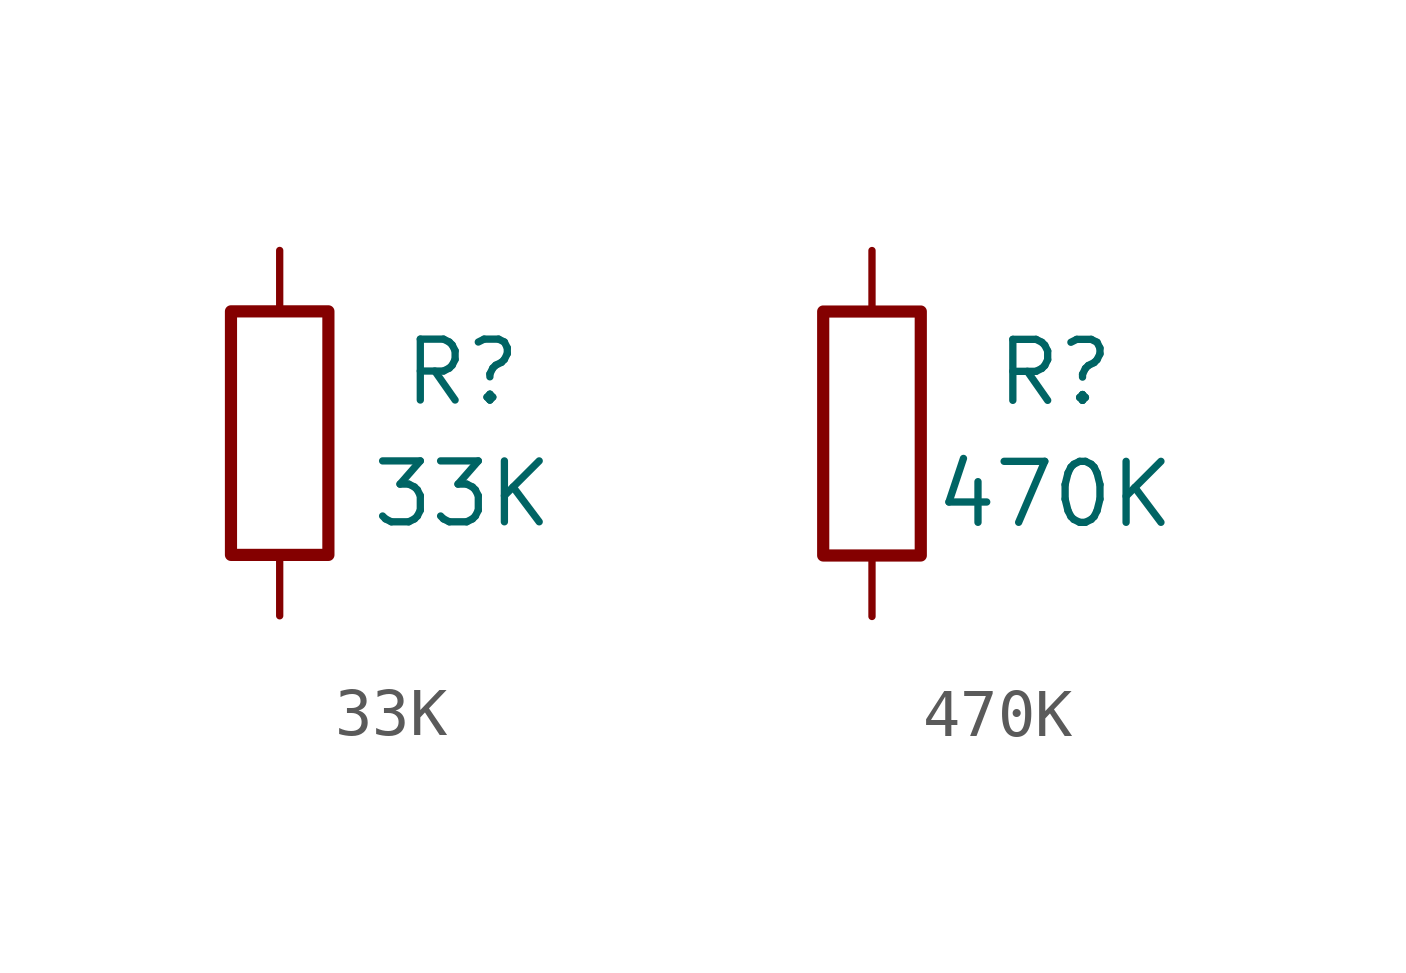
<source format=kicad_sym>
(kicad_symbol_lib
  (version 20220914)
  (generator kicad_symbol_editor)
  (symbol "33K"
    (pin_numbers hide)
    (pin_names
      (offset 0))
    (property "Reference" "R"
      (at 3.81 1.27 0)
      (effects (font (size 1.27 1.27))))
    (property "Value" "33K"
      (at 3.81 -1.27 0)
      (effects (font (size 1.27 1.27))))
    (symbol "33K_0_1"
      (rectangle (start -1.016 -2.54) (end 1.016 2.54) (stroke (width 0.254) (type solid)) (fill (type none))))
    (symbol "33K_1_1"
      (pin passive line (at 0 3.81 270) (length 1.27) (name "~" (effects (font (size 1.27 1.27)))) (number "1" (effects (font (size 1.27 1.27)))))
      (pin passive line (at 0 -3.81 90) (length 1.27) (name "~" (effects (font (size 1.27 1.27)))) (number "2" (effects (font (size 1.27 1.27)))))))
  (symbol "470K"
    (pin_numbers hide)
    (pin_names
      (offset 0))
    (property "Reference" "R"
      (at 3.81 1.27 0)
      (effects (font (size 1.27 1.27))))
    (property "Value" "470K"
      (at 3.81 -1.27 0)
      (effects (font (size 1.27 1.27))))
    (symbol "470K_0_1"
      (rectangle (start -1.016 -2.54) (end 1.016 2.54) (stroke (width 0.254) (type solid)) (fill (type none))))
    (symbol "470K_1_1"
      (pin passive line (at 0 3.81 270) (length 1.27) (name "~" (effects (font (size 1.27 1.27)))) (number "1" (effects (font (size 1.27 1.27)))))
      (pin passive line (at 0 -3.81 90) (length 1.27) (name "~" (effects (font (size 1.27 1.27)))) (number "2" (effects (font (size 1.27 1.27))))))))
</source>
